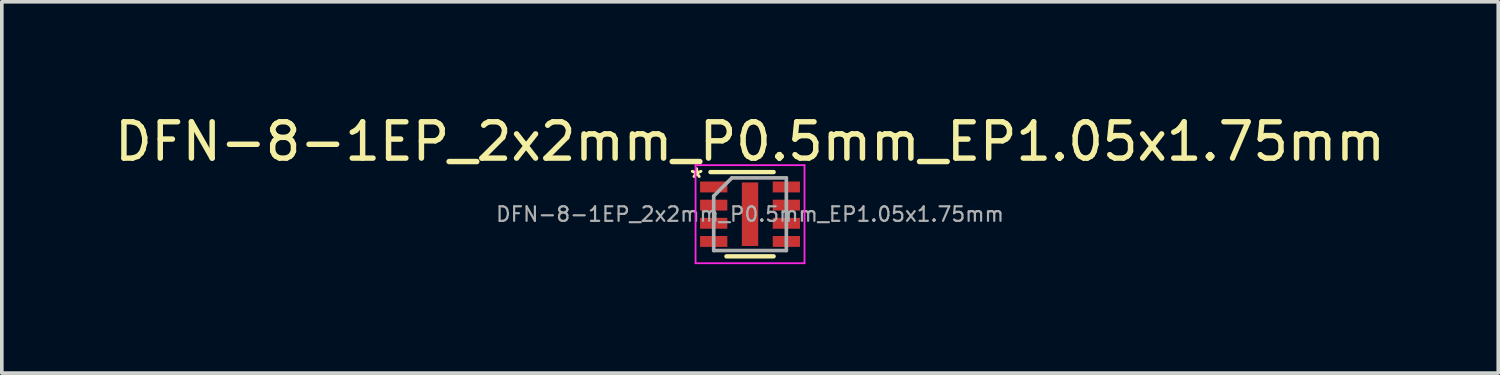
<source format=kicad_pcb>
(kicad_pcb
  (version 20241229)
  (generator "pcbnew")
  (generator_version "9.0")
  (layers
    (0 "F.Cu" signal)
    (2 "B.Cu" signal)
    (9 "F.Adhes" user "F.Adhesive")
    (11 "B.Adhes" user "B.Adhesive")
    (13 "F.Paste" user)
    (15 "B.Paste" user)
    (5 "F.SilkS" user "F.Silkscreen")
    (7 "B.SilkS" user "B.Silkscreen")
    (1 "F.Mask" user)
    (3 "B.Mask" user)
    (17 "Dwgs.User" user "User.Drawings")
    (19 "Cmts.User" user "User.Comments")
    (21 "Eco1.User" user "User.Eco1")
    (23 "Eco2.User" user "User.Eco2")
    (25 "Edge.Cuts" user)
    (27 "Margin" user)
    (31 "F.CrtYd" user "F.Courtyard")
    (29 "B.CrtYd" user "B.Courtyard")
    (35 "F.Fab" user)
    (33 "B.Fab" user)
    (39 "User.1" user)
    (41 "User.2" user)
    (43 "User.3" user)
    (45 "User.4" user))
  (footprint "DFN-8-1EP_2x2mm_P0.5mm_EP1.05x1.75mm"
    (layer "F.Cu")
    (at 17.601 2.848)
    (property "Reference" "DFN-8-1EP_2x2mm_P0.5mm_EP1.05x1.75mm" (at 0 -2 0) (layer "F.SilkS") (effects (font (size 1 1) (thickness 0.15))))
    (attr smd)
    (fp_line (start -1.09 -1.16) (end 0.65 -1.16) (stroke (width 0.12) (type solid)) (layer "F.SilkS"))
    (fp_line (start -0.65 1.16) (end 0.65 1.16) (stroke (width 0.12) (type solid)) (layer "F.SilkS"))
    (fp_line (start -1.5 -1.35) (end -1.5 1.35) (stroke (width 0.05) (type solid)) (layer "F.CrtYd"))
    (fp_line (start -1.5 -1.35) (end 1.5 -1.35) (stroke (width 0.05) (type solid)) (layer "F.CrtYd"))
    (fp_line (start -1.5 1.35) (end 1.5 1.35) (stroke (width 0.05) (type solid)) (layer "F.CrtYd"))
    (fp_line (start 1.5 -1.35) (end 1.5 1.35) (stroke (width 0.05) (type solid)) (layer "F.CrtYd"))
    (fp_line (start -1 -0.5) (end -0.5 -1) (stroke (width 0.1) (type solid)) (layer "F.Fab"))
    (fp_line (start -1 1) (end -1 -0.5) (stroke (width 0.1) (type solid)) (layer "F.Fab"))
    (fp_line (start -0.5 -1) (end 1 -1) (stroke (width 0.1) (type solid)) (layer "F.Fab"))
    (fp_line (start 1 -1) (end 1 1) (stroke (width 0.1) (type solid)) (layer "F.Fab"))
    (fp_line (start 1 1) (end -1 1) (stroke (width 0.1) (type solid)) (layer "F.Fab"))
    (fp_text user "*" (at -1.47 -0.98 0) (layer "F.SilkS") (effects (font (size 0.5 0.5) (thickness 0.08))))
    (fp_text user "${REFERENCE}" (at 0 0 0) (layer "F.Fab") (effects (font (size 0.4 0.4) (thickness 0.06))))
    (pad "1" smd rect (at -1 -0.75) (size 0.75 0.3) (layers "F.Cu" "F.Mask" "F.Paste"))
    (pad "2" smd rect (at -1 -0.25) (size 0.75 0.3) (layers "F.Cu" "F.Mask" "F.Paste"))
    (pad "3" smd rect (at -1 0.25) (size 0.75 0.3) (layers "F.Cu" "F.Mask" "F.Paste"))
    (pad "4" smd rect (at -1 0.75) (size 0.75 0.3) (layers "F.Cu" "F.Mask" "F.Paste"))
    (pad "5" smd rect (at 1 0.75) (size 0.75 0.3) (layers "F.Cu" "F.Mask" "F.Paste"))
    (pad "6" smd rect (at 1 0.25) (size 0.75 0.3) (layers "F.Cu" "F.Mask" "F.Paste"))
    (pad "7" smd rect (at 1 -0.25) (size 0.75 0.3) (layers "F.Cu" "F.Mask" "F.Paste"))
    (pad "8" smd rect (at 1 -0.75) (size 0.75 0.3) (layers "F.Cu" "F.Mask" "F.Paste"))
    (pad "9" smd rect (at 0 0) (size 0.45 1.75) (layers "F.Cu" "F.Mask")))
  (gr_rect
    (start -3 -3)
    (end 38.202 7.223)
    (stroke (width 0.1) (type default))
    (fill no)
    (layer "Edge.Cuts")))
</source>
